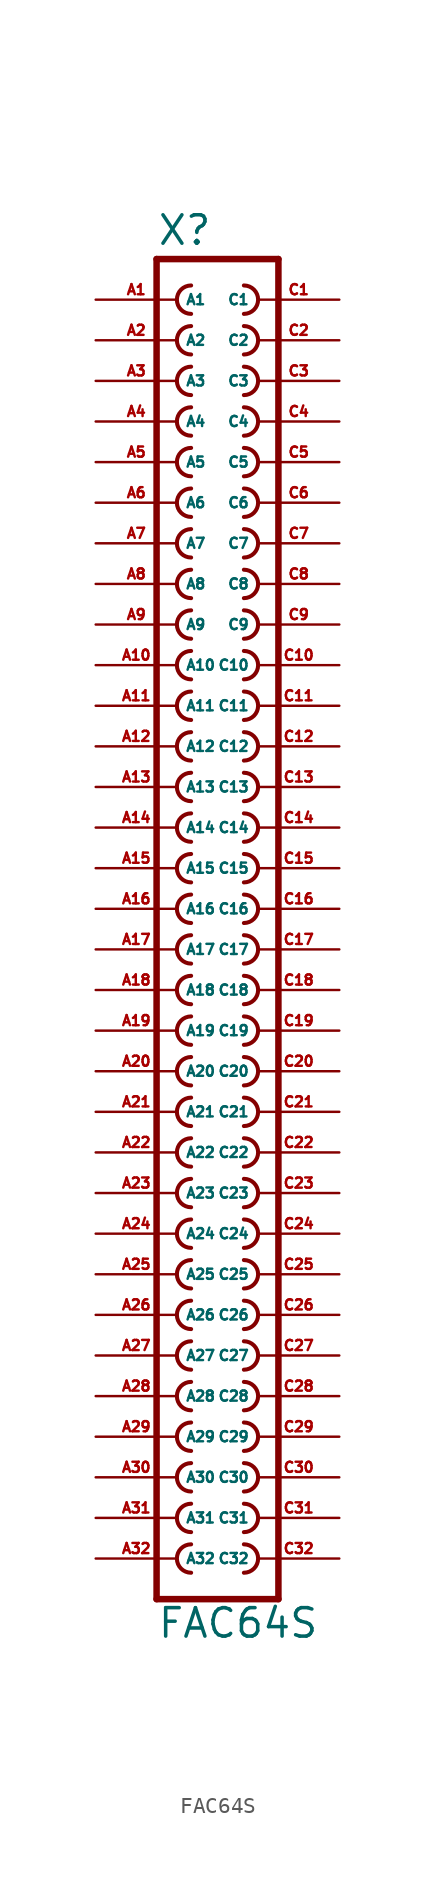
<source format=kicad_sym>
(kicad_symbol_lib
  (version 20220914)
  (generator Eagle2Kicad)
  (symbol "FAC64S"
    (property "Reference" "X"
      (at -3.81 41.402 0)
      (effects (font (size 1.778 1.778) (thickness 0.22)) (justify left bottom)))
    (property "Value" "FAC64S"
      (at -3.81 -45.72 0)
      (effects (font (size 1.778 1.778) (thickness 0.22)) (justify left bottom)))
    (polyline
      (pts (xy 3.81 -43.18) (xy -3.81 -43.18))
      (stroke (width 0.406) (type default))
      (fill (type none)))
    (polyline
      (pts (xy -3.81 40.64) (xy -3.81 -43.18))
      (stroke (width 0.406) (type default))
      (fill (type none)))
    (polyline
      (pts (xy -3.81 40.64) (xy 3.81 40.64))
      (stroke (width 0.406) (type default))
      (fill (type none)))
    (polyline
      (pts (xy 3.81 -43.18) (xy 3.81 40.64))
      (stroke (width 0.406) (type default))
      (fill (type none)))
    (arc
      (start 1.651 -41.529)
      (mid 2.540 -40.640)
      (end 1.651 -39.751)
      (stroke (width 0.254) (type default))
      (fill (type none)))
    (arc
      (start 1.651 -38.989)
      (mid 2.540 -38.100)
      (end 1.651 -37.211)
      (stroke (width 0.254) (type default))
      (fill (type none)))
    (arc
      (start 1.651 -36.449)
      (mid 2.540 -35.560)
      (end 1.651 -34.671)
      (stroke (width 0.254) (type default))
      (fill (type none)))
    (arc
      (start 1.651 -33.909)
      (mid 2.540 -33.020)
      (end 1.651 -32.131)
      (stroke (width 0.254) (type default))
      (fill (type none)))
    (arc
      (start -1.651 -39.751)
      (mid -2.540 -40.640)
      (end -1.651 -41.529)
      (stroke (width 0.254) (type default))
      (fill (type none)))
    (arc
      (start -1.651 -37.211)
      (mid -2.540 -38.100)
      (end -1.651 -38.989)
      (stroke (width 0.254) (type default))
      (fill (type none)))
    (arc
      (start -1.651 -34.671)
      (mid -2.540 -35.560)
      (end -1.651 -36.449)
      (stroke (width 0.254) (type default))
      (fill (type none)))
    (arc
      (start -1.651 -32.131)
      (mid -2.540 -33.020)
      (end -1.651 -33.909)
      (stroke (width 0.254) (type default))
      (fill (type none)))
    (arc
      (start -1.651 -29.591)
      (mid -2.540 -30.480)
      (end -1.651 -31.369)
      (stroke (width 0.254) (type default))
      (fill (type none)))
    (arc
      (start -1.651 -27.051)
      (mid -2.540 -27.940)
      (end -1.651 -28.829)
      (stroke (width 0.254) (type default))
      (fill (type none)))
    (arc
      (start -1.651 -24.511)
      (mid -2.540 -25.400)
      (end -1.651 -26.289)
      (stroke (width 0.254) (type default))
      (fill (type none)))
    (arc
      (start -1.651 -21.971)
      (mid -2.540 -22.860)
      (end -1.651 -23.749)
      (stroke (width 0.254) (type default))
      (fill (type none)))
    (arc
      (start -1.651 -19.431)
      (mid -2.540 -20.320)
      (end -1.651 -21.209)
      (stroke (width 0.254) (type default))
      (fill (type none)))
    (arc
      (start -1.651 -16.891)
      (mid -2.540 -17.780)
      (end -1.651 -18.669)
      (stroke (width 0.254) (type default))
      (fill (type none)))
    (arc
      (start 1.651 -31.369)
      (mid 2.540 -30.480)
      (end 1.651 -29.591)
      (stroke (width 0.254) (type default))
      (fill (type none)))
    (arc
      (start 1.651 -28.829)
      (mid 2.540 -27.940)
      (end 1.651 -27.051)
      (stroke (width 0.254) (type default))
      (fill (type none)))
    (arc
      (start 1.651 -26.289)
      (mid 2.540 -25.400)
      (end 1.651 -24.511)
      (stroke (width 0.254) (type default))
      (fill (type none)))
    (arc
      (start 1.651 -23.749)
      (mid 2.540 -22.860)
      (end 1.651 -21.971)
      (stroke (width 0.254) (type default))
      (fill (type none)))
    (arc
      (start 1.651 -21.209)
      (mid 2.540 -20.320)
      (end 1.651 -19.431)
      (stroke (width 0.254) (type default))
      (fill (type none)))
    (arc
      (start 1.651 -18.669)
      (mid 2.540 -17.780)
      (end 1.651 -16.891)
      (stroke (width 0.254) (type default))
      (fill (type none)))
    (arc
      (start 1.651 -16.129)
      (mid 2.540 -15.240)
      (end 1.651 -14.351)
      (stroke (width 0.254) (type default))
      (fill (type none)))
    (arc
      (start 1.651 -13.589)
      (mid 2.540 -12.700)
      (end 1.651 -11.811)
      (stroke (width 0.254) (type default))
      (fill (type none)))
    (arc
      (start 1.651 -11.049)
      (mid 2.540 -10.160)
      (end 1.651 -9.271)
      (stroke (width 0.254) (type default))
      (fill (type none)))
    (arc
      (start 1.651 -8.509)
      (mid 2.540 -7.620)
      (end 1.651 -6.731)
      (stroke (width 0.254) (type default))
      (fill (type none)))
    (arc
      (start 1.651 -5.969)
      (mid 2.540 -5.080)
      (end 1.651 -4.191)
      (stroke (width 0.254) (type default))
      (fill (type none)))
    (arc
      (start -1.651 -14.351)
      (mid -2.540 -15.240)
      (end -1.651 -16.129)
      (stroke (width 0.254) (type default))
      (fill (type none)))
    (arc
      (start -1.651 -11.811)
      (mid -2.540 -12.700)
      (end -1.651 -13.589)
      (stroke (width 0.254) (type default))
      (fill (type none)))
    (arc
      (start -1.651 -9.271)
      (mid -2.540 -10.160)
      (end -1.651 -11.049)
      (stroke (width 0.254) (type default))
      (fill (type none)))
    (arc
      (start -1.651 -6.731)
      (mid -2.540 -7.620)
      (end -1.651 -8.509)
      (stroke (width 0.254) (type default))
      (fill (type none)))
    (arc
      (start -1.651 -4.191)
      (mid -2.540 -5.080)
      (end -1.651 -5.969)
      (stroke (width 0.254) (type default))
      (fill (type none)))
    (arc
      (start -1.651 -1.651)
      (mid -2.540 -2.540)
      (end -1.651 -3.429)
      (stroke (width 0.254) (type default))
      (fill (type none)))
    (arc
      (start -1.651 0.889)
      (mid -2.540 0.000)
      (end -1.651 -0.889)
      (stroke (width 0.254) (type default))
      (fill (type none)))
    (arc
      (start -1.651 3.429)
      (mid -2.540 2.540)
      (end -1.651 1.651)
      (stroke (width 0.254) (type default))
      (fill (type none)))
    (arc
      (start -1.651 5.969)
      (mid -2.540 5.080)
      (end -1.651 4.191)
      (stroke (width 0.254) (type default))
      (fill (type none)))
    (arc
      (start -1.651 8.509)
      (mid -2.540 7.620)
      (end -1.651 6.731)
      (stroke (width 0.254) (type default))
      (fill (type none)))
    (arc
      (start -1.651 11.049)
      (mid -2.540 10.160)
      (end -1.651 9.271)
      (stroke (width 0.254) (type default))
      (fill (type none)))
    (arc
      (start 1.651 -3.429)
      (mid 2.540 -2.540)
      (end 1.651 -1.651)
      (stroke (width 0.254) (type default))
      (fill (type none)))
    (arc
      (start 1.651 -0.889)
      (mid 2.540 0.000)
      (end 1.651 0.889)
      (stroke (width 0.254) (type default))
      (fill (type none)))
    (arc
      (start 1.651 1.651)
      (mid 2.540 2.540)
      (end 1.651 3.429)
      (stroke (width 0.254) (type default))
      (fill (type none)))
    (arc
      (start 1.651 4.191)
      (mid 2.540 5.080)
      (end 1.651 5.969)
      (stroke (width 0.254) (type default))
      (fill (type none)))
    (arc
      (start 1.651 6.731)
      (mid 2.540 7.620)
      (end 1.651 8.509)
      (stroke (width 0.254) (type default))
      (fill (type none)))
    (arc
      (start 1.651 9.271)
      (mid 2.540 10.160)
      (end 1.651 11.049)
      (stroke (width 0.254) (type default))
      (fill (type none)))
    (arc
      (start 1.651 11.811)
      (mid 2.540 12.700)
      (end 1.651 13.589)
      (stroke (width 0.254) (type default))
      (fill (type none)))
    (arc
      (start 1.651 14.351)
      (mid 2.540 15.240)
      (end 1.651 16.129)
      (stroke (width 0.254) (type default))
      (fill (type none)))
    (arc
      (start 1.651 16.891)
      (mid 2.540 17.780)
      (end 1.651 18.669)
      (stroke (width 0.254) (type default))
      (fill (type none)))
    (arc
      (start 1.651 19.431)
      (mid 2.540 20.320)
      (end 1.651 21.209)
      (stroke (width 0.254) (type default))
      (fill (type none)))
    (arc
      (start 1.651 21.971)
      (mid 2.540 22.860)
      (end 1.651 23.749)
      (stroke (width 0.254) (type default))
      (fill (type none)))
    (arc
      (start -1.651 13.589)
      (mid -2.540 12.700)
      (end -1.651 11.811)
      (stroke (width 0.254) (type default))
      (fill (type none)))
    (arc
      (start -1.651 16.129)
      (mid -2.540 15.240)
      (end -1.651 14.351)
      (stroke (width 0.254) (type default))
      (fill (type none)))
    (arc
      (start -1.651 18.669)
      (mid -2.540 17.780)
      (end -1.651 16.891)
      (stroke (width 0.254) (type default))
      (fill (type none)))
    (arc
      (start -1.651 21.209)
      (mid -2.540 20.320)
      (end -1.651 19.431)
      (stroke (width 0.254) (type default))
      (fill (type none)))
    (arc
      (start -1.651 23.749)
      (mid -2.540 22.860)
      (end -1.651 21.971)
      (stroke (width 0.254) (type default))
      (fill (type none)))
    (arc
      (start 1.651 24.511)
      (mid 2.540 25.400)
      (end 1.651 26.289)
      (stroke (width 0.254) (type default))
      (fill (type none)))
    (arc
      (start 1.651 27.051)
      (mid 2.540 27.940)
      (end 1.651 28.829)
      (stroke (width 0.254) (type default))
      (fill (type none)))
    (arc
      (start 1.651 29.591)
      (mid 2.540 30.480)
      (end 1.651 31.369)
      (stroke (width 0.254) (type default))
      (fill (type none)))
    (arc
      (start 1.651 32.131)
      (mid 2.540 33.020)
      (end 1.651 33.909)
      (stroke (width 0.254) (type default))
      (fill (type none)))
    (arc
      (start 1.651 34.671)
      (mid 2.540 35.560)
      (end 1.651 36.449)
      (stroke (width 0.254) (type default))
      (fill (type none)))
    (arc
      (start -1.651 26.289)
      (mid -2.540 25.400)
      (end -1.651 24.511)
      (stroke (width 0.254) (type default))
      (fill (type none)))
    (arc
      (start -1.651 28.829)
      (mid -2.540 27.940)
      (end -1.651 27.051)
      (stroke (width 0.254) (type default))
      (fill (type none)))
    (arc
      (start -1.651 31.369)
      (mid -2.540 30.480)
      (end -1.651 29.591)
      (stroke (width 0.254) (type default))
      (fill (type none)))
    (arc
      (start -1.651 33.909)
      (mid -2.540 33.020)
      (end -1.651 32.131)
      (stroke (width 0.254) (type default))
      (fill (type none)))
    (arc
      (start -1.651 36.449)
      (mid -2.540 35.560)
      (end -1.651 34.671)
      (stroke (width 0.254) (type default))
      (fill (type none)))
    (arc
      (start -1.651 38.989)
      (mid -2.540 38.100)
      (end -1.651 37.211)
      (stroke (width 0.254) (type default))
      (fill (type none)))
    (arc
      (start 1.651 37.211)
      (mid 2.540 38.100)
      (end 1.651 38.989)
      (stroke (width 0.254) (type default))
      (fill (type none)))
    (pin passive line
      (at 7.62 38.1 180)
      (length 5.08)
      (name "C1" (effects (font (size 0.635 0.635) (thickness 0.08)) (justify left bottom)))
      (number "C1" (effects (font (size 0.635 0.635) (thickness 0.08)) (justify left bottom))))
    (pin passive line
      (at 7.62 35.56 180)
      (length 5.08)
      (name "C2" (effects (font (size 0.635 0.635) (thickness 0.08)) (justify left bottom)))
      (number "C2" (effects (font (size 0.635 0.635) (thickness 0.08)) (justify left bottom))))
    (pin passive line
      (at 7.62 33.02 180)
      (length 5.08)
      (name "C3" (effects (font (size 0.635 0.635) (thickness 0.08)) (justify left bottom)))
      (number "C3" (effects (font (size 0.635 0.635) (thickness 0.08)) (justify left bottom))))
    (pin passive line
      (at 7.62 30.48 180)
      (length 5.08)
      (name "C4" (effects (font (size 0.635 0.635) (thickness 0.08)) (justify left bottom)))
      (number "C4" (effects (font (size 0.635 0.635) (thickness 0.08)) (justify left bottom))))
    (pin passive line
      (at 7.62 27.94 180)
      (length 5.08)
      (name "C5" (effects (font (size 0.635 0.635) (thickness 0.08)) (justify left bottom)))
      (number "C5" (effects (font (size 0.635 0.635) (thickness 0.08)) (justify left bottom))))
    (pin passive line
      (at 7.62 25.4 180)
      (length 5.08)
      (name "C6" (effects (font (size 0.635 0.635) (thickness 0.08)) (justify left bottom)))
      (number "C6" (effects (font (size 0.635 0.635) (thickness 0.08)) (justify left bottom))))
    (pin passive line
      (at 7.62 22.86 180)
      (length 5.08)
      (name "C7" (effects (font (size 0.635 0.635) (thickness 0.08)) (justify left bottom)))
      (number "C7" (effects (font (size 0.635 0.635) (thickness 0.08)) (justify left bottom))))
    (pin passive line
      (at 7.62 20.32 180)
      (length 5.08)
      (name "C8" (effects (font (size 0.635 0.635) (thickness 0.08)) (justify left bottom)))
      (number "C8" (effects (font (size 0.635 0.635) (thickness 0.08)) (justify left bottom))))
    (pin passive line
      (at 7.62 17.78 180)
      (length 5.08)
      (name "C9" (effects (font (size 0.635 0.635) (thickness 0.08)) (justify left bottom)))
      (number "C9" (effects (font (size 0.635 0.635) (thickness 0.08)) (justify left bottom))))
    (pin passive line
      (at 7.62 15.24 180)
      (length 5.08)
      (name "C10" (effects (font (size 0.635 0.635) (thickness 0.08)) (justify left bottom)))
      (number "C10" (effects (font (size 0.635 0.635) (thickness 0.08)) (justify left bottom))))
    (pin passive line
      (at 7.62 12.7 180)
      (length 5.08)
      (name "C11" (effects (font (size 0.635 0.635) (thickness 0.08)) (justify left bottom)))
      (number "C11" (effects (font (size 0.635 0.635) (thickness 0.08)) (justify left bottom))))
    (pin passive line
      (at 7.62 10.16 180)
      (length 5.08)
      (name "C12" (effects (font (size 0.635 0.635) (thickness 0.08)) (justify left bottom)))
      (number "C12" (effects (font (size 0.635 0.635) (thickness 0.08)) (justify left bottom))))
    (pin passive line
      (at 7.62 7.62 180)
      (length 5.08)
      (name "C13" (effects (font (size 0.635 0.635) (thickness 0.08)) (justify left bottom)))
      (number "C13" (effects (font (size 0.635 0.635) (thickness 0.08)) (justify left bottom))))
    (pin passive line
      (at 7.62 5.08 180)
      (length 5.08)
      (name "C14" (effects (font (size 0.635 0.635) (thickness 0.08)) (justify left bottom)))
      (number "C14" (effects (font (size 0.635 0.635) (thickness 0.08)) (justify left bottom))))
    (pin passive line
      (at 7.62 2.54 180)
      (length 5.08)
      (name "C15" (effects (font (size 0.635 0.635) (thickness 0.08)) (justify left bottom)))
      (number "C15" (effects (font (size 0.635 0.635) (thickness 0.08)) (justify left bottom))))
    (pin passive line
      (at 7.62 0 180)
      (length 5.08)
      (name "C16" (effects (font (size 0.635 0.635) (thickness 0.08)) (justify left bottom)))
      (number "C16" (effects (font (size 0.635 0.635) (thickness 0.08)) (justify left bottom))))
    (pin passive line
      (at 7.62 -2.54 180)
      (length 5.08)
      (name "C17" (effects (font (size 0.635 0.635) (thickness 0.08)) (justify left bottom)))
      (number "C17" (effects (font (size 0.635 0.635) (thickness 0.08)) (justify left bottom))))
    (pin passive line
      (at 7.62 -5.08 180)
      (length 5.08)
      (name "C18" (effects (font (size 0.635 0.635) (thickness 0.08)) (justify left bottom)))
      (number "C18" (effects (font (size 0.635 0.635) (thickness 0.08)) (justify left bottom))))
    (pin passive line
      (at 7.62 -7.62 180)
      (length 5.08)
      (name "C19" (effects (font (size 0.635 0.635) (thickness 0.08)) (justify left bottom)))
      (number "C19" (effects (font (size 0.635 0.635) (thickness 0.08)) (justify left bottom))))
    (pin passive line
      (at 7.62 -10.16 180)
      (length 5.08)
      (name "C20" (effects (font (size 0.635 0.635) (thickness 0.08)) (justify left bottom)))
      (number "C20" (effects (font (size 0.635 0.635) (thickness 0.08)) (justify left bottom))))
    (pin passive line
      (at 7.62 -12.7 180)
      (length 5.08)
      (name "C21" (effects (font (size 0.635 0.635) (thickness 0.08)) (justify left bottom)))
      (number "C21" (effects (font (size 0.635 0.635) (thickness 0.08)) (justify left bottom))))
    (pin passive line
      (at 7.62 -15.24 180)
      (length 5.08)
      (name "C22" (effects (font (size 0.635 0.635) (thickness 0.08)) (justify left bottom)))
      (number "C22" (effects (font (size 0.635 0.635) (thickness 0.08)) (justify left bottom))))
    (pin passive line
      (at 7.62 -17.78 180)
      (length 5.08)
      (name "C23" (effects (font (size 0.635 0.635) (thickness 0.08)) (justify left bottom)))
      (number "C23" (effects (font (size 0.635 0.635) (thickness 0.08)) (justify left bottom))))
    (pin passive line
      (at 7.62 -20.32 180)
      (length 5.08)
      (name "C24" (effects (font (size 0.635 0.635) (thickness 0.08)) (justify left bottom)))
      (number "C24" (effects (font (size 0.635 0.635) (thickness 0.08)) (justify left bottom))))
    (pin passive line
      (at 7.62 -22.86 180)
      (length 5.08)
      (name "C25" (effects (font (size 0.635 0.635) (thickness 0.08)) (justify left bottom)))
      (number "C25" (effects (font (size 0.635 0.635) (thickness 0.08)) (justify left bottom))))
    (pin passive line
      (at 7.62 -25.4 180)
      (length 5.08)
      (name "C26" (effects (font (size 0.635 0.635) (thickness 0.08)) (justify left bottom)))
      (number "C26" (effects (font (size 0.635 0.635) (thickness 0.08)) (justify left bottom))))
    (pin passive line
      (at 7.62 -27.94 180)
      (length 5.08)
      (name "C27" (effects (font (size 0.635 0.635) (thickness 0.08)) (justify left bottom)))
      (number "C27" (effects (font (size 0.635 0.635) (thickness 0.08)) (justify left bottom))))
    (pin passive line
      (at 7.62 -30.48 180)
      (length 5.08)
      (name "C28" (effects (font (size 0.635 0.635) (thickness 0.08)) (justify left bottom)))
      (number "C28" (effects (font (size 0.635 0.635) (thickness 0.08)) (justify left bottom))))
    (pin passive line
      (at 7.62 -33.02 180)
      (length 5.08)
      (name "C29" (effects (font (size 0.635 0.635) (thickness 0.08)) (justify left bottom)))
      (number "C29" (effects (font (size 0.635 0.635) (thickness 0.08)) (justify left bottom))))
    (pin passive line
      (at 7.62 -35.56 180)
      (length 5.08)
      (name "C30" (effects (font (size 0.635 0.635) (thickness 0.08)) (justify left bottom)))
      (number "C30" (effects (font (size 0.635 0.635) (thickness 0.08)) (justify left bottom))))
    (pin passive line
      (at 7.62 -38.1 180)
      (length 5.08)
      (name "C31" (effects (font (size 0.635 0.635) (thickness 0.08)) (justify left bottom)))
      (number "C31" (effects (font (size 0.635 0.635) (thickness 0.08)) (justify left bottom))))
    (pin passive line
      (at 7.62 -40.64 180)
      (length 5.08)
      (name "C32" (effects (font (size 0.635 0.635) (thickness 0.08)) (justify left bottom)))
      (number "C32" (effects (font (size 0.635 0.635) (thickness 0.08)) (justify left bottom))))
    (pin passive line
      (at -7.62 38.1 0)
      (length 5.08)
      (name "A1" (effects (font (size 0.635 0.635) (thickness 0.08)) (justify left bottom)))
      (number "A1" (effects (font (size 0.635 0.635) (thickness 0.08)) (justify left bottom))))
    (pin passive line
      (at -7.62 35.56 0)
      (length 5.08)
      (name "A2" (effects (font (size 0.635 0.635) (thickness 0.08)) (justify left bottom)))
      (number "A2" (effects (font (size 0.635 0.635) (thickness 0.08)) (justify left bottom))))
    (pin passive line
      (at -7.62 33.02 0)
      (length 5.08)
      (name "A3" (effects (font (size 0.635 0.635) (thickness 0.08)) (justify left bottom)))
      (number "A3" (effects (font (size 0.635 0.635) (thickness 0.08)) (justify left bottom))))
    (pin passive line
      (at -7.62 30.48 0)
      (length 5.08)
      (name "A4" (effects (font (size 0.635 0.635) (thickness 0.08)) (justify left bottom)))
      (number "A4" (effects (font (size 0.635 0.635) (thickness 0.08)) (justify left bottom))))
    (pin passive line
      (at -7.62 27.94 0)
      (length 5.08)
      (name "A5" (effects (font (size 0.635 0.635) (thickness 0.08)) (justify left bottom)))
      (number "A5" (effects (font (size 0.635 0.635) (thickness 0.08)) (justify left bottom))))
    (pin passive line
      (at -7.62 25.4 0)
      (length 5.08)
      (name "A6" (effects (font (size 0.635 0.635) (thickness 0.08)) (justify left bottom)))
      (number "A6" (effects (font (size 0.635 0.635) (thickness 0.08)) (justify left bottom))))
    (pin passive line
      (at -7.62 22.86 0)
      (length 5.08)
      (name "A7" (effects (font (size 0.635 0.635) (thickness 0.08)) (justify left bottom)))
      (number "A7" (effects (font (size 0.635 0.635) (thickness 0.08)) (justify left bottom))))
    (pin passive line
      (at -7.62 20.32 0)
      (length 5.08)
      (name "A8" (effects (font (size 0.635 0.635) (thickness 0.08)) (justify left bottom)))
      (number "A8" (effects (font (size 0.635 0.635) (thickness 0.08)) (justify left bottom))))
    (pin passive line
      (at -7.62 17.78 0)
      (length 5.08)
      (name "A9" (effects (font (size 0.635 0.635) (thickness 0.08)) (justify left bottom)))
      (number "A9" (effects (font (size 0.635 0.635) (thickness 0.08)) (justify left bottom))))
    (pin passive line
      (at -7.62 15.24 0)
      (length 5.08)
      (name "A10" (effects (font (size 0.635 0.635) (thickness 0.08)) (justify left bottom)))
      (number "A10" (effects (font (size 0.635 0.635) (thickness 0.08)) (justify left bottom))))
    (pin passive line
      (at -7.62 12.7 0)
      (length 5.08)
      (name "A11" (effects (font (size 0.635 0.635) (thickness 0.08)) (justify left bottom)))
      (number "A11" (effects (font (size 0.635 0.635) (thickness 0.08)) (justify left bottom))))
    (pin passive line
      (at -7.62 10.16 0)
      (length 5.08)
      (name "A12" (effects (font (size 0.635 0.635) (thickness 0.08)) (justify left bottom)))
      (number "A12" (effects (font (size 0.635 0.635) (thickness 0.08)) (justify left bottom))))
    (pin passive line
      (at -7.62 7.62 0)
      (length 5.08)
      (name "A13" (effects (font (size 0.635 0.635) (thickness 0.08)) (justify left bottom)))
      (number "A13" (effects (font (size 0.635 0.635) (thickness 0.08)) (justify left bottom))))
    (pin passive line
      (at -7.62 5.08 0)
      (length 5.08)
      (name "A14" (effects (font (size 0.635 0.635) (thickness 0.08)) (justify left bottom)))
      (number "A14" (effects (font (size 0.635 0.635) (thickness 0.08)) (justify left bottom))))
    (pin passive line
      (at -7.62 2.54 0)
      (length 5.08)
      (name "A15" (effects (font (size 0.635 0.635) (thickness 0.08)) (justify left bottom)))
      (number "A15" (effects (font (size 0.635 0.635) (thickness 0.08)) (justify left bottom))))
    (pin passive line
      (at -7.62 0 0)
      (length 5.08)
      (name "A16" (effects (font (size 0.635 0.635) (thickness 0.08)) (justify left bottom)))
      (number "A16" (effects (font (size 0.635 0.635) (thickness 0.08)) (justify left bottom))))
    (pin passive line
      (at -7.62 -2.54 0)
      (length 5.08)
      (name "A17" (effects (font (size 0.635 0.635) (thickness 0.08)) (justify left bottom)))
      (number "A17" (effects (font (size 0.635 0.635) (thickness 0.08)) (justify left bottom))))
    (pin passive line
      (at -7.62 -5.08 0)
      (length 5.08)
      (name "A18" (effects (font (size 0.635 0.635) (thickness 0.08)) (justify left bottom)))
      (number "A18" (effects (font (size 0.635 0.635) (thickness 0.08)) (justify left bottom))))
    (pin passive line
      (at -7.62 -7.62 0)
      (length 5.08)
      (name "A19" (effects (font (size 0.635 0.635) (thickness 0.08)) (justify left bottom)))
      (number "A19" (effects (font (size 0.635 0.635) (thickness 0.08)) (justify left bottom))))
    (pin passive line
      (at -7.62 -10.16 0)
      (length 5.08)
      (name "A20" (effects (font (size 0.635 0.635) (thickness 0.08)) (justify left bottom)))
      (number "A20" (effects (font (size 0.635 0.635) (thickness 0.08)) (justify left bottom))))
    (pin passive line
      (at -7.62 -12.7 0)
      (length 5.08)
      (name "A21" (effects (font (size 0.635 0.635) (thickness 0.08)) (justify left bottom)))
      (number "A21" (effects (font (size 0.635 0.635) (thickness 0.08)) (justify left bottom))))
    (pin passive line
      (at -7.62 -15.24 0)
      (length 5.08)
      (name "A22" (effects (font (size 0.635 0.635) (thickness 0.08)) (justify left bottom)))
      (number "A22" (effects (font (size 0.635 0.635) (thickness 0.08)) (justify left bottom))))
    (pin passive line
      (at -7.62 -17.78 0)
      (length 5.08)
      (name "A23" (effects (font (size 0.635 0.635) (thickness 0.08)) (justify left bottom)))
      (number "A23" (effects (font (size 0.635 0.635) (thickness 0.08)) (justify left bottom))))
    (pin passive line
      (at -7.62 -20.32 0)
      (length 5.08)
      (name "A24" (effects (font (size 0.635 0.635) (thickness 0.08)) (justify left bottom)))
      (number "A24" (effects (font (size 0.635 0.635) (thickness 0.08)) (justify left bottom))))
    (pin passive line
      (at -7.62 -22.86 0)
      (length 5.08)
      (name "A25" (effects (font (size 0.635 0.635) (thickness 0.08)) (justify left bottom)))
      (number "A25" (effects (font (size 0.635 0.635) (thickness 0.08)) (justify left bottom))))
    (pin passive line
      (at -7.62 -25.4 0)
      (length 5.08)
      (name "A26" (effects (font (size 0.635 0.635) (thickness 0.08)) (justify left bottom)))
      (number "A26" (effects (font (size 0.635 0.635) (thickness 0.08)) (justify left bottom))))
    (pin passive line
      (at -7.62 -27.94 0)
      (length 5.08)
      (name "A27" (effects (font (size 0.635 0.635) (thickness 0.08)) (justify left bottom)))
      (number "A27" (effects (font (size 0.635 0.635) (thickness 0.08)) (justify left bottom))))
    (pin passive line
      (at -7.62 -30.48 0)
      (length 5.08)
      (name "A28" (effects (font (size 0.635 0.635) (thickness 0.08)) (justify left bottom)))
      (number "A28" (effects (font (size 0.635 0.635) (thickness 0.08)) (justify left bottom))))
    (pin passive line
      (at -7.62 -33.02 0)
      (length 5.08)
      (name "A29" (effects (font (size 0.635 0.635) (thickness 0.08)) (justify left bottom)))
      (number "A29" (effects (font (size 0.635 0.635) (thickness 0.08)) (justify left bottom))))
    (pin passive line
      (at -7.62 -35.56 0)
      (length 5.08)
      (name "A30" (effects (font (size 0.635 0.635) (thickness 0.08)) (justify left bottom)))
      (number "A30" (effects (font (size 0.635 0.635) (thickness 0.08)) (justify left bottom))))
    (pin passive line
      (at -7.62 -38.1 0)
      (length 5.08)
      (name "A31" (effects (font (size 0.635 0.635) (thickness 0.08)) (justify left bottom)))
      (number "A31" (effects (font (size 0.635 0.635) (thickness 0.08)) (justify left bottom))))
    (pin passive line
      (at -7.62 -40.64 0)
      (length 5.08)
      (name "A32" (effects (font (size 0.635 0.635) (thickness 0.08)) (justify left bottom)))
      (number "A32" (effects (font (size 0.635 0.635) (thickness 0.08)) (justify left bottom))))))
</source>
